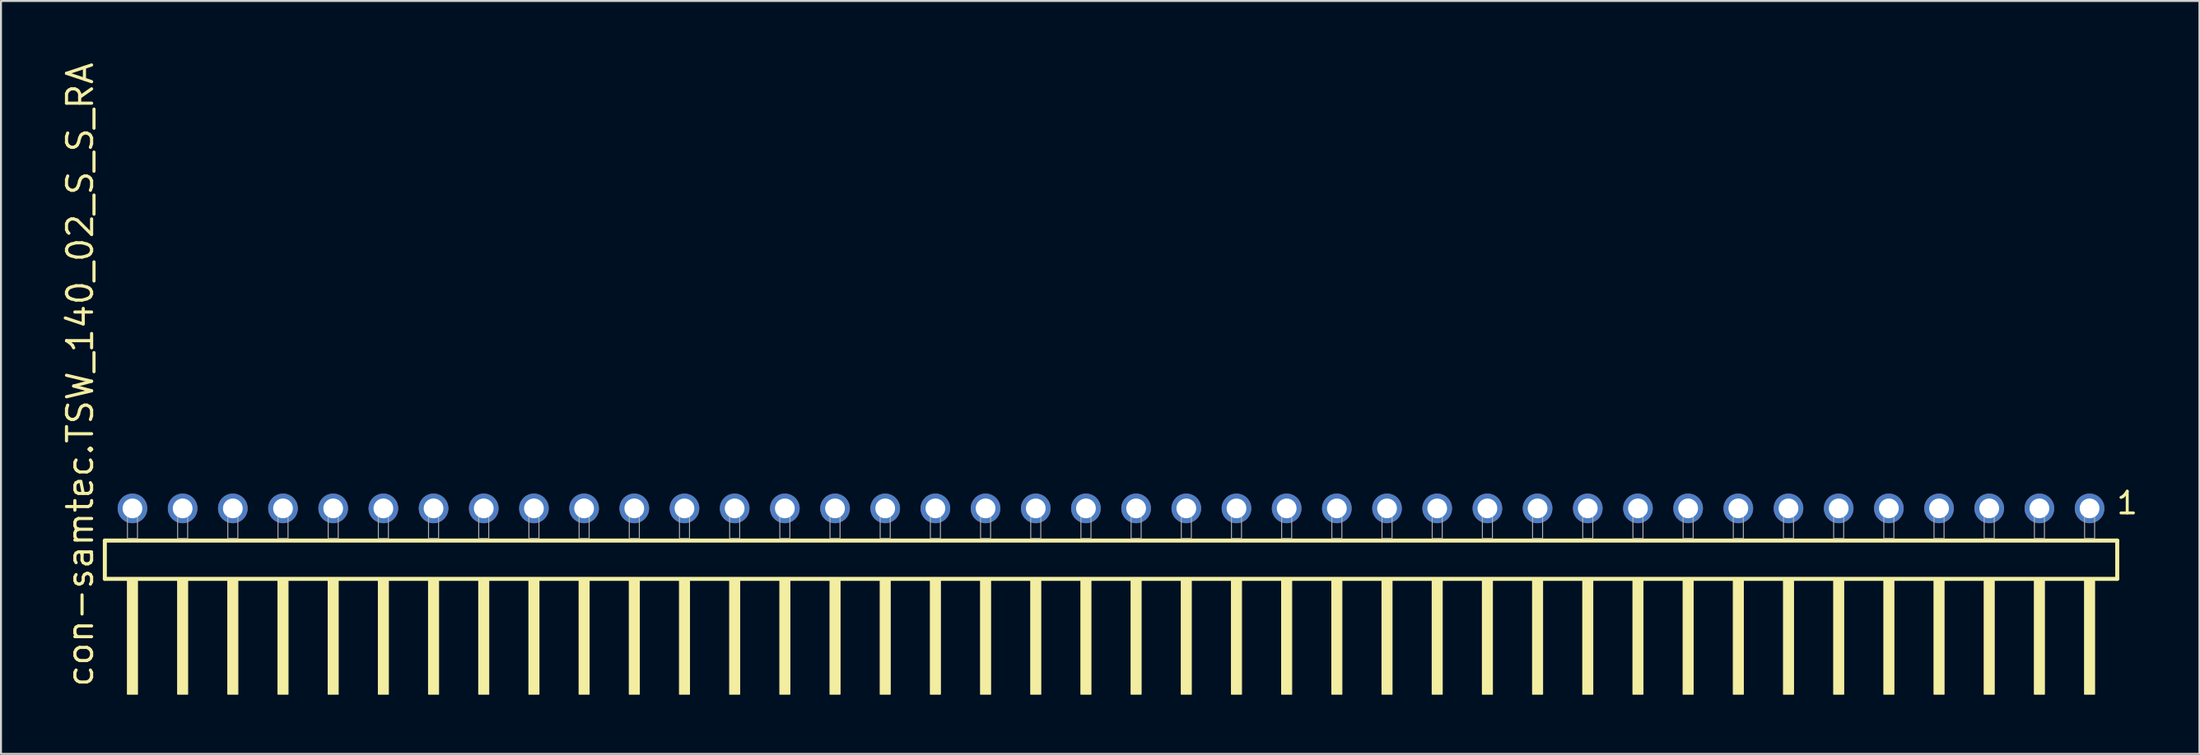
<source format=kicad_pcb>
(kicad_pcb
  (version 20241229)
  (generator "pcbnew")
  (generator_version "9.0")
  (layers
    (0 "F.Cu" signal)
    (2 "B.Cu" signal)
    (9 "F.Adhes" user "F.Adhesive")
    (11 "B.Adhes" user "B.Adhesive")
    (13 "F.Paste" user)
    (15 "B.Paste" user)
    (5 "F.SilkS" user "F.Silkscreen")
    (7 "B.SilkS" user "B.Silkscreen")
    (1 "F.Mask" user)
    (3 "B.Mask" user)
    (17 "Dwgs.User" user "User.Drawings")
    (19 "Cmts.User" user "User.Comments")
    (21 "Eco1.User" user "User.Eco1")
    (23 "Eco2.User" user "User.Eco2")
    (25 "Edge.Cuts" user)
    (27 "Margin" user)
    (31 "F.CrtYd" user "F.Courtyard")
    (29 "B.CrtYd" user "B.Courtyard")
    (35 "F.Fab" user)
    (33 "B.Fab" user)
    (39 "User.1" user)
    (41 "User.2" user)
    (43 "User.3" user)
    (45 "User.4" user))
  (footprint "con-samtec.TSW_140_02_S_S_RA"
    (layer "F.Cu")
    (at 53.185 24.235)
    (property "Reference" "con-samtec.TSW_140_02_S_S_RA" (at -51.435 7.62 90) (layer "F.SilkS") (effects (font (size 1.27 1.27) (thickness 0.16)) (justify left bottom)))
    (attr through_hole)
    (fp_line (start -50.929 0.106) (end -50.929 2.046) (stroke (width 0.203) (type default)) (layer "F.SilkS"))
    (fp_line (start -50.929 2.046) (end 50.929 2.046) (stroke (width 0.203) (type default)) (layer "F.SilkS"))
    (fp_line (start 50.929 0.106) (end -50.929 0.106) (stroke (width 0.203) (type default)) (layer "F.SilkS"))
    (fp_line (start 50.929 2.046) (end 50.929 0.106) (stroke (width 0.203) (type default)) (layer "F.SilkS"))
    (fp_rect (start -49.784 7.89) (end -49.276 2.04) (stroke (width 0.05) (type default)) (fill yes) (layer "F.SilkS"))
    (fp_rect (start -47.244 7.89) (end -46.736 2.04) (stroke (width 0.05) (type default)) (fill yes) (layer "F.SilkS"))
    (fp_rect (start -44.704 7.89) (end -44.196 2.04) (stroke (width 0.05) (type default)) (fill yes) (layer "F.SilkS"))
    (fp_rect (start -42.164 7.89) (end -41.656 2.04) (stroke (width 0.05) (type default)) (fill yes) (layer "F.SilkS"))
    (fp_rect (start -39.624 7.89) (end -39.116 2.04) (stroke (width 0.05) (type default)) (fill yes) (layer "F.SilkS"))
    (fp_rect (start -37.084 7.89) (end -36.576 2.04) (stroke (width 0.05) (type default)) (fill yes) (layer "F.SilkS"))
    (fp_rect (start -34.544 7.89) (end -34.036 2.04) (stroke (width 0.05) (type default)) (fill yes) (layer "F.SilkS"))
    (fp_rect (start -32.004 7.89) (end -31.496 2.04) (stroke (width 0.05) (type default)) (fill yes) (layer "F.SilkS"))
    (fp_rect (start -29.464 7.89) (end -28.956 2.04) (stroke (width 0.05) (type default)) (fill yes) (layer "F.SilkS"))
    (fp_rect (start -26.924 7.89) (end -26.416 2.04) (stroke (width 0.05) (type default)) (fill yes) (layer "F.SilkS"))
    (fp_rect (start -24.384 7.89) (end -23.876 2.04) (stroke (width 0.05) (type default)) (fill yes) (layer "F.SilkS"))
    (fp_rect (start -21.844 7.89) (end -21.336 2.04) (stroke (width 0.05) (type default)) (fill yes) (layer "F.SilkS"))
    (fp_rect (start -19.304 7.89) (end -18.796 2.04) (stroke (width 0.05) (type default)) (fill yes) (layer "F.SilkS"))
    (fp_rect (start -16.764 7.89) (end -16.256 2.04) (stroke (width 0.05) (type default)) (fill yes) (layer "F.SilkS"))
    (fp_rect (start -14.224 7.89) (end -13.716 2.04) (stroke (width 0.05) (type default)) (fill yes) (layer "F.SilkS"))
    (fp_rect (start -11.684 7.89) (end -11.176 2.04) (stroke (width 0.05) (type default)) (fill yes) (layer "F.SilkS"))
    (fp_rect (start -9.144 7.89) (end -8.636 2.04) (stroke (width 0.05) (type default)) (fill yes) (layer "F.SilkS"))
    (fp_rect (start -6.604 7.89) (end -6.096 2.04) (stroke (width 0.05) (type default)) (fill yes) (layer "F.SilkS"))
    (fp_rect (start -4.064 7.89) (end -3.556 2.04) (stroke (width 0.05) (type default)) (fill yes) (layer "F.SilkS"))
    (fp_rect (start -1.524 7.89) (end -1.016 2.04) (stroke (width 0.05) (type default)) (fill yes) (layer "F.SilkS"))
    (fp_rect (start 1.016 7.89) (end 1.524 2.04) (stroke (width 0.05) (type default)) (fill yes) (layer "F.SilkS"))
    (fp_rect (start 3.556 7.89) (end 4.064 2.04) (stroke (width 0.05) (type default)) (fill yes) (layer "F.SilkS"))
    (fp_rect (start 6.096 7.89) (end 6.604 2.04) (stroke (width 0.05) (type default)) (fill yes) (layer "F.SilkS"))
    (fp_rect (start 8.636 7.89) (end 9.144 2.04) (stroke (width 0.05) (type default)) (fill yes) (layer "F.SilkS"))
    (fp_rect (start 11.176 7.89) (end 11.684 2.04) (stroke (width 0.05) (type default)) (fill yes) (layer "F.SilkS"))
    (fp_rect (start 13.716 7.89) (end 14.224 2.04) (stroke (width 0.05) (type default)) (fill yes) (layer "F.SilkS"))
    (fp_rect (start 16.256 7.89) (end 16.764 2.04) (stroke (width 0.05) (type default)) (fill yes) (layer "F.SilkS"))
    (fp_rect (start 18.796 7.89) (end 19.304 2.04) (stroke (width 0.05) (type default)) (fill yes) (layer "F.SilkS"))
    (fp_rect (start 21.336 7.89) (end 21.844 2.04) (stroke (width 0.05) (type default)) (fill yes) (layer "F.SilkS"))
    (fp_rect (start 23.876 7.89) (end 24.384 2.04) (stroke (width 0.05) (type default)) (fill yes) (layer "F.SilkS"))
    (fp_rect (start 26.416 7.89) (end 26.924 2.04) (stroke (width 0.05) (type default)) (fill yes) (layer "F.SilkS"))
    (fp_rect (start 28.956 7.89) (end 29.464 2.04) (stroke (width 0.05) (type default)) (fill yes) (layer "F.SilkS"))
    (fp_rect (start 31.496 7.89) (end 32.004 2.04) (stroke (width 0.05) (type default)) (fill yes) (layer "F.SilkS"))
    (fp_rect (start 34.036 7.89) (end 34.544 2.04) (stroke (width 0.05) (type default)) (fill yes) (layer "F.SilkS"))
    (fp_rect (start 36.576 7.89) (end 37.084 2.04) (stroke (width 0.05) (type default)) (fill yes) (layer "F.SilkS"))
    (fp_rect (start 39.116 7.89) (end 39.624 2.04) (stroke (width 0.05) (type default)) (fill yes) (layer "F.SilkS"))
    (fp_rect (start 41.656 7.89) (end 42.164 2.04) (stroke (width 0.05) (type default)) (fill yes) (layer "F.SilkS"))
    (fp_rect (start 44.196 7.89) (end 44.704 2.04) (stroke (width 0.05) (type default)) (fill yes) (layer "F.SilkS"))
    (fp_rect (start 46.736 7.89) (end 47.244 2.04) (stroke (width 0.05) (type default)) (fill yes) (layer "F.SilkS"))
    (fp_rect (start 49.276 7.89) (end 49.784 2.04) (stroke (width 0.05) (type default)) (fill yes) (layer "F.SilkS"))
    (fp_rect (start -49.784 0) (end -49.276 -1.778) (stroke (width 0.05) (type default)) (fill no) (layer "F.Fab"))
    (fp_rect (start -47.244 0) (end -46.736 -1.778) (stroke (width 0.05) (type default)) (fill no) (layer "F.Fab"))
    (fp_rect (start -44.704 0) (end -44.196 -1.778) (stroke (width 0.05) (type default)) (fill no) (layer "F.Fab"))
    (fp_rect (start -42.164 0) (end -41.656 -1.778) (stroke (width 0.05) (type default)) (fill no) (layer "F.Fab"))
    (fp_rect (start -39.624 0) (end -39.116 -1.778) (stroke (width 0.05) (type default)) (fill no) (layer "F.Fab"))
    (fp_rect (start -37.084 0) (end -36.576 -1.778) (stroke (width 0.05) (type default)) (fill no) (layer "F.Fab"))
    (fp_rect (start -34.544 0) (end -34.036 -1.778) (stroke (width 0.05) (type default)) (fill no) (layer "F.Fab"))
    (fp_rect (start -32.004 0) (end -31.496 -1.778) (stroke (width 0.05) (type default)) (fill no) (layer "F.Fab"))
    (fp_rect (start -29.464 0) (end -28.956 -1.778) (stroke (width 0.05) (type default)) (fill no) (layer "F.Fab"))
    (fp_rect (start -26.924 0) (end -26.416 -1.778) (stroke (width 0.05) (type default)) (fill no) (layer "F.Fab"))
    (fp_rect (start -24.384 0) (end -23.876 -1.778) (stroke (width 0.05) (type default)) (fill no) (layer "F.Fab"))
    (fp_rect (start -21.844 0) (end -21.336 -1.778) (stroke (width 0.05) (type default)) (fill no) (layer "F.Fab"))
    (fp_rect (start -19.304 0) (end -18.796 -1.778) (stroke (width 0.05) (type default)) (fill no) (layer "F.Fab"))
    (fp_rect (start -16.764 0) (end -16.256 -1.778) (stroke (width 0.05) (type default)) (fill no) (layer "F.Fab"))
    (fp_rect (start -14.224 0) (end -13.716 -1.778) (stroke (width 0.05) (type default)) (fill no) (layer "F.Fab"))
    (fp_rect (start -11.684 0) (end -11.176 -1.778) (stroke (width 0.05) (type default)) (fill no) (layer "F.Fab"))
    (fp_rect (start -9.144 0) (end -8.636 -1.778) (stroke (width 0.05) (type default)) (fill no) (layer "F.Fab"))
    (fp_rect (start -6.604 0) (end -6.096 -1.778) (stroke (width 0.05) (type default)) (fill no) (layer "F.Fab"))
    (fp_rect (start -4.064 0) (end -3.556 -1.778) (stroke (width 0.05) (type default)) (fill no) (layer "F.Fab"))
    (fp_rect (start -1.524 0) (end -1.016 -1.778) (stroke (width 0.05) (type default)) (fill no) (layer "F.Fab"))
    (fp_rect (start 1.016 0) (end 1.524 -1.778) (stroke (width 0.05) (type default)) (fill no) (layer "F.Fab"))
    (fp_rect (start 3.556 0) (end 4.064 -1.778) (stroke (width 0.05) (type default)) (fill no) (layer "F.Fab"))
    (fp_rect (start 6.096 0) (end 6.604 -1.778) (stroke (width 0.05) (type default)) (fill no) (layer "F.Fab"))
    (fp_rect (start 8.636 0) (end 9.144 -1.778) (stroke (width 0.05) (type default)) (fill no) (layer "F.Fab"))
    (fp_rect (start 11.176 0) (end 11.684 -1.778) (stroke (width 0.05) (type default)) (fill no) (layer "F.Fab"))
    (fp_rect (start 13.716 0) (end 14.224 -1.778) (stroke (width 0.05) (type default)) (fill no) (layer "F.Fab"))
    (fp_rect (start 16.256 0) (end 16.764 -1.778) (stroke (width 0.05) (type default)) (fill no) (layer "F.Fab"))
    (fp_rect (start 18.796 0) (end 19.304 -1.778) (stroke (width 0.05) (type default)) (fill no) (layer "F.Fab"))
    (fp_rect (start 21.336 0) (end 21.844 -1.778) (stroke (width 0.05) (type default)) (fill no) (layer "F.Fab"))
    (fp_rect (start 23.876 0) (end 24.384 -1.778) (stroke (width 0.05) (type default)) (fill no) (layer "F.Fab"))
    (fp_rect (start 26.416 0) (end 26.924 -1.778) (stroke (width 0.05) (type default)) (fill no) (layer "F.Fab"))
    (fp_rect (start 28.956 0) (end 29.464 -1.778) (stroke (width 0.05) (type default)) (fill no) (layer "F.Fab"))
    (fp_rect (start 31.496 0) (end 32.004 -1.778) (stroke (width 0.05) (type default)) (fill no) (layer "F.Fab"))
    (fp_rect (start 34.036 0) (end 34.544 -1.778) (stroke (width 0.05) (type default)) (fill no) (layer "F.Fab"))
    (fp_rect (start 36.576 0) (end 37.084 -1.778) (stroke (width 0.05) (type default)) (fill no) (layer "F.Fab"))
    (fp_rect (start 39.116 0) (end 39.624 -1.778) (stroke (width 0.05) (type default)) (fill no) (layer "F.Fab"))
    (fp_rect (start 41.656 0) (end 42.164 -1.778) (stroke (width 0.05) (type default)) (fill no) (layer "F.Fab"))
    (fp_rect (start 44.196 0) (end 44.704 -1.778) (stroke (width 0.05) (type default)) (fill no) (layer "F.Fab"))
    (fp_rect (start 46.736 0) (end 47.244 -1.778) (stroke (width 0.05) (type default)) (fill no) (layer "F.Fab"))
    (fp_rect (start 49.276 0) (end 49.784 -1.778) (stroke (width 0.05) (type default)) (fill no) (layer "F.Fab"))
    (fp_text user "1" (at 50.812 -1.152 0) (layer "F.SilkS") (effects (font (size 1.1 1.1) (thickness 0.15)) (justify left bottom)))
    (pad "1" thru_hole circle (at 49.53 -1.524 180) (size 1.5 1.5) (drill 1) (layers "*.Cu" "*.Mask"))
    (pad "2" thru_hole circle (at 46.99 -1.524 180) (size 1.5 1.5) (drill 1) (layers "*.Cu" "*.Mask"))
    (pad "3" thru_hole circle (at 44.45 -1.524 180) (size 1.5 1.5) (drill 1) (layers "*.Cu" "*.Mask"))
    (pad "4" thru_hole circle (at 41.91 -1.524 180) (size 1.5 1.5) (drill 1) (layers "*.Cu" "*.Mask"))
    (pad "5" thru_hole circle (at 39.37 -1.524 180) (size 1.5 1.5) (drill 1) (layers "*.Cu" "*.Mask"))
    (pad "6" thru_hole circle (at 36.83 -1.524 180) (size 1.5 1.5) (drill 1) (layers "*.Cu" "*.Mask"))
    (pad "7" thru_hole circle (at 34.29 -1.524 180) (size 1.5 1.5) (drill 1) (layers "*.Cu" "*.Mask"))
    (pad "8" thru_hole circle (at 31.75 -1.524 180) (size 1.5 1.5) (drill 1) (layers "*.Cu" "*.Mask"))
    (pad "9" thru_hole circle (at 29.21 -1.524 180) (size 1.5 1.5) (drill 1) (layers "*.Cu" "*.Mask"))
    (pad "10" thru_hole circle (at 26.67 -1.524 180) (size 1.5 1.5) (drill 1) (layers "*.Cu" "*.Mask"))
    (pad "11" thru_hole circle (at 24.13 -1.524 180) (size 1.5 1.5) (drill 1) (layers "*.Cu" "*.Mask"))
    (pad "12" thru_hole circle (at 21.59 -1.524 180) (size 1.5 1.5) (drill 1) (layers "*.Cu" "*.Mask"))
    (pad "13" thru_hole circle (at 19.05 -1.524 180) (size 1.5 1.5) (drill 1) (layers "*.Cu" "*.Mask"))
    (pad "14" thru_hole circle (at 16.51 -1.524 180) (size 1.5 1.5) (drill 1) (layers "*.Cu" "*.Mask"))
    (pad "15" thru_hole circle (at 13.97 -1.524 180) (size 1.5 1.5) (drill 1) (layers "*.Cu" "*.Mask"))
    (pad "16" thru_hole circle (at 11.43 -1.524 180) (size 1.5 1.5) (drill 1) (layers "*.Cu" "*.Mask"))
    (pad "17" thru_hole circle (at 8.89 -1.524 180) (size 1.5 1.5) (drill 1) (layers "*.Cu" "*.Mask"))
    (pad "18" thru_hole circle (at 6.35 -1.524 180) (size 1.5 1.5) (drill 1) (layers "*.Cu" "*.Mask"))
    (pad "19" thru_hole circle (at 3.81 -1.524 180) (size 1.5 1.5) (drill 1) (layers "*.Cu" "*.Mask"))
    (pad "20" thru_hole circle (at 1.27 -1.524 180) (size 1.5 1.5) (drill 1) (layers "*.Cu" "*.Mask"))
    (pad "21" thru_hole circle (at -1.27 -1.524 180) (size 1.5 1.5) (drill 1) (layers "*.Cu" "*.Mask"))
    (pad "22" thru_hole circle (at -3.81 -1.524 180) (size 1.5 1.5) (drill 1) (layers "*.Cu" "*.Mask"))
    (pad "23" thru_hole circle (at -6.35 -1.524 180) (size 1.5 1.5) (drill 1) (layers "*.Cu" "*.Mask"))
    (pad "24" thru_hole circle (at -8.89 -1.524 180) (size 1.5 1.5) (drill 1) (layers "*.Cu" "*.Mask"))
    (pad "25" thru_hole circle (at -11.43 -1.524 180) (size 1.5 1.5) (drill 1) (layers "*.Cu" "*.Mask"))
    (pad "26" thru_hole circle (at -13.97 -1.524 180) (size 1.5 1.5) (drill 1) (layers "*.Cu" "*.Mask"))
    (pad "27" thru_hole circle (at -16.51 -1.524 180) (size 1.5 1.5) (drill 1) (layers "*.Cu" "*.Mask"))
    (pad "28" thru_hole circle (at -19.05 -1.524 180) (size 1.5 1.5) (drill 1) (layers "*.Cu" "*.Mask"))
    (pad "29" thru_hole circle (at -21.59 -1.524 180) (size 1.5 1.5) (drill 1) (layers "*.Cu" "*.Mask"))
    (pad "30" thru_hole circle (at -24.13 -1.524 180) (size 1.5 1.5) (drill 1) (layers "*.Cu" "*.Mask"))
    (pad "31" thru_hole circle (at -26.67 -1.524 180) (size 1.5 1.5) (drill 1) (layers "*.Cu" "*.Mask"))
    (pad "32" thru_hole circle (at -29.21 -1.524 180) (size 1.5 1.5) (drill 1) (layers "*.Cu" "*.Mask"))
    (pad "33" thru_hole circle (at -31.75 -1.524 180) (size 1.5 1.5) (drill 1) (layers "*.Cu" "*.Mask"))
    (pad "34" thru_hole circle (at -34.29 -1.524 180) (size 1.5 1.5) (drill 1) (layers "*.Cu" "*.Mask"))
    (pad "35" thru_hole circle (at -36.83 -1.524 180) (size 1.5 1.5) (drill 1) (layers "*.Cu" "*.Mask"))
    (pad "36" thru_hole circle (at -39.37 -1.524 180) (size 1.5 1.5) (drill 1) (layers "*.Cu" "*.Mask"))
    (pad "37" thru_hole circle (at -41.91 -1.524 180) (size 1.5 1.5) (drill 1) (layers "*.Cu" "*.Mask"))
    (pad "38" thru_hole circle (at -44.45 -1.524 180) (size 1.5 1.5) (drill 1) (layers "*.Cu" "*.Mask"))
    (pad "39" thru_hole circle (at -46.99 -1.524 180) (size 1.5 1.5) (drill 1) (layers "*.Cu" "*.Mask"))
    (pad "40" thru_hole circle (at -49.53 -1.524 180) (size 1.5 1.5) (drill 1) (layers "*.Cu" "*.Mask")))
  (gr_rect
    (start -3 -3)
    (end 108.275 35.15)
    (stroke (width 0.1) (type default))
    (fill no)
    (layer "Edge.Cuts")))
</source>
